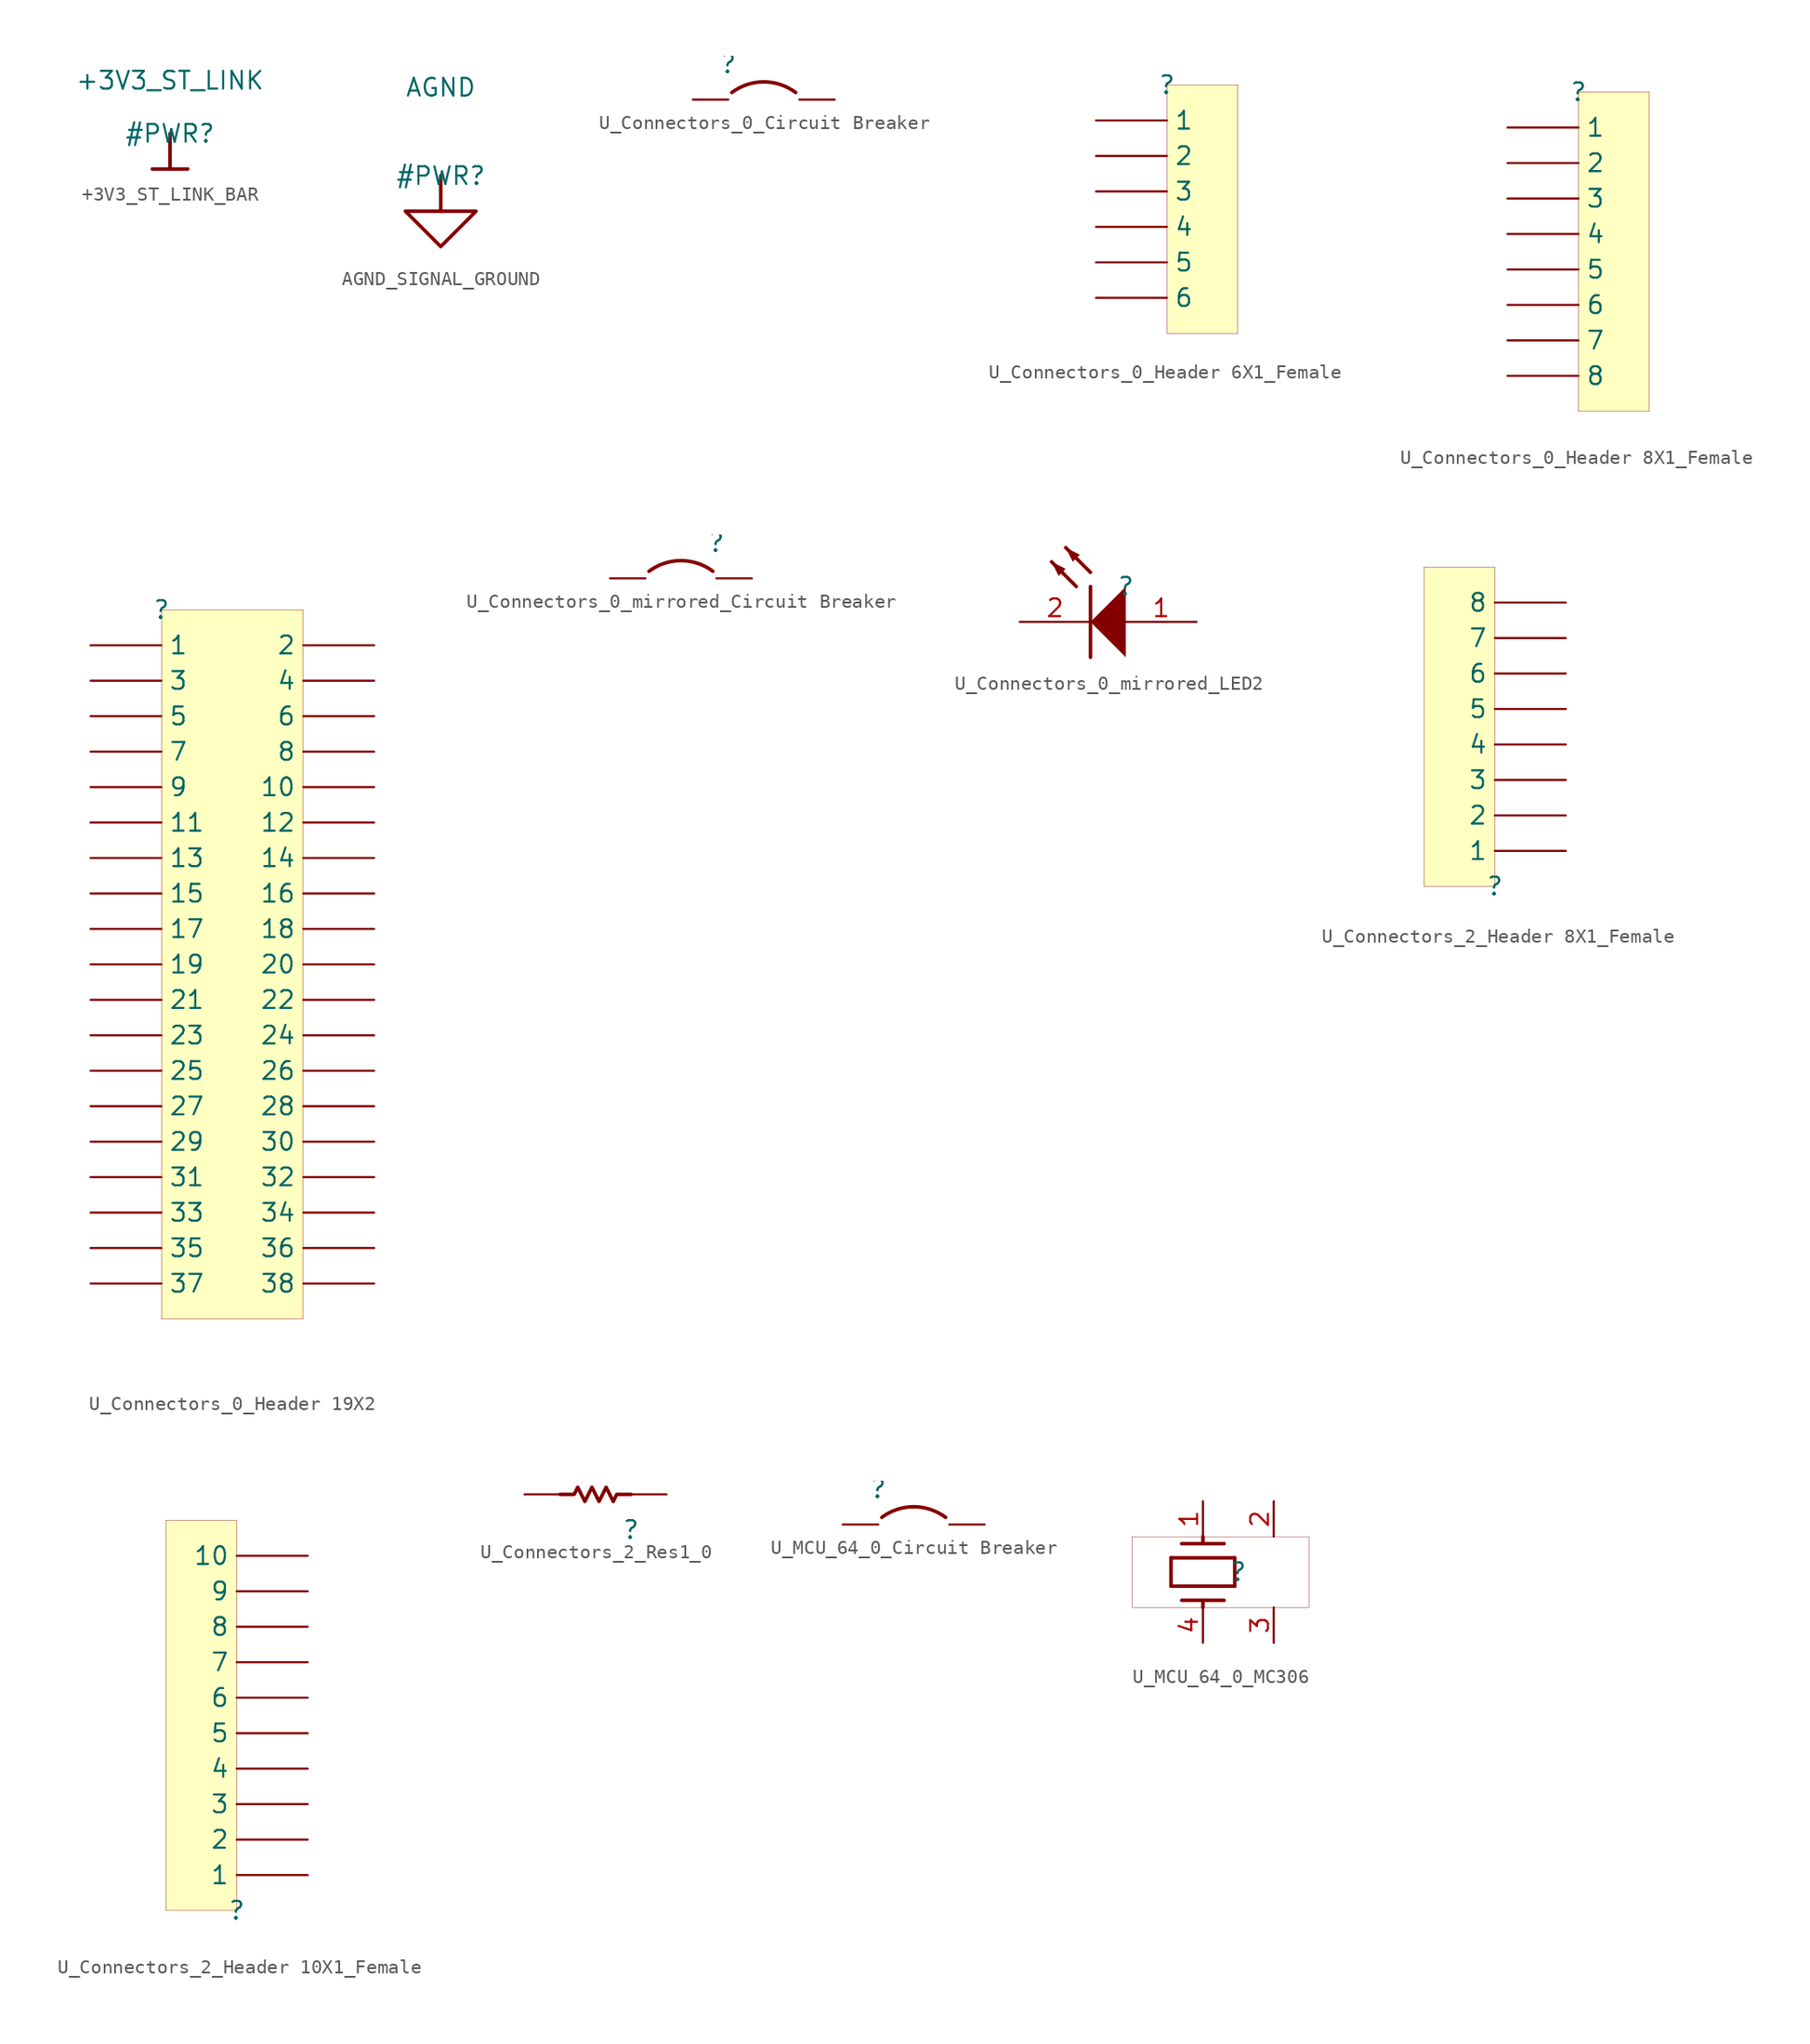
<source format=kicad_sym>
(kicad_symbol_lib
  (version 20231120)
  (generator "kicad_symbol_editor")
  (generator_version "8.0")
  (symbol "+3V3_ST_LINK_BAR"
    (power)
    (property "Reference" "#PWR"
      (at 0 0 0)
      (effects (font (size 1.27 1.27))))
    (property "Value" "+3V3_ST_LINK"
      (at 0 3.81 0)
      (effects (font (size 1.27 1.27))))
    (symbol "+3V3_ST_LINK_BAR_0_0"
      (polyline (pts (xy -1.27 -2.54) (xy 1.27 -2.54)) (stroke (width 0.254) (type solid)) (fill (type none)))
      (polyline (pts (xy 0 0) (xy 0 -2.54)) (stroke (width 0.254) (type solid)) (fill (type none)))
      (pin power_in line (at 0 0 0) (length 0) hide (name "+3V3_ST_LINK" (effects (font (size 1.27 1.27)))) (number "" (effects (font (size 1.27 1.27)))))))
  (symbol "AGND_SIGNAL_GROUND"
    (power)
    (property "Reference" "#PWR"
      (at 0 0 0)
      (effects (font (size 1.27 1.27))))
    (property "Value" "AGND"
      (at 0 6.35 0)
      (effects (font (size 1.27 1.27))))
    (symbol "AGND_SIGNAL_GROUND_0_0"
      (polyline (pts (xy 0 0) (xy 0 -2.54)) (stroke (width 0.254) (type solid)) (fill (type none)))
      (polyline (pts (xy -2.54 -2.54) (xy 2.54 -2.54) (xy 0 -5.08) (xy -2.54 -2.54)) (stroke (width 0.254) (type solid)) (fill (type none)))
      (pin power_in line (at 0 0 0) (length 0) hide (name "AGND" (effects (font (size 1.27 1.27)))) (number "" (effects (font (size 1.27 1.27)))))))
  (symbol "U_Connectors_0_Circuit Breaker"
    (property "Reference" ""
      (at 0 0 0)
      (effects (font (size 1.27 1.27))))
    (property "Value" ""
      (at 0 0 0)
      (effects (font (size 1.27 1.27))))
    (symbol "U_Connectors_0_Circuit Breaker_1_0"
      (arc (start 2.54 -1.27) (mid 1.3352 -1.4655) (end 0.254 -2.032) (stroke (width 0.254) (type solid)) (fill (type none)))
      (arc (start 4.826 -2.032) (mid 3.7448 -1.4655) (end 2.54 -1.27) (stroke (width 0.254) (type solid)) (fill (type none)))
      (pin passive line (at -2.54 -2.54 0) (length 2.54) (name "1" (effects (font (size 0 0)))) (number "1" (effects (font (size 0 0)))))
      (pin passive line (at 7.62 -2.54 180) (length 2.54) (name "2" (effects (font (size 0 0)))) (number "2" (effects (font (size 0 0)))))))
  (symbol "U_Connectors_0_Header 6X1_Female"
    (property "Reference" ""
      (at 0 0 0)
      (effects (font (size 1.27 1.27))))
    (property "Value" ""
      (at 0 0 0)
      (effects (font (size 1.27 1.27))))
    (symbol "U_Connectors_0_Header 6X1_Female_1_0"
      (rectangle (start 5.08 0) (end 0 -17.78) (stroke (width 0.025) (type solid) (color 128 0 0 1)) (fill (type background)))
      (pin passive line (at -5.08 -2.54 0) (length 5.08) (name "1" (effects (font (size 1.27 1.27)))) (number "1" (effects (font (size 0 0)))))
      (pin passive line (at -5.08 -5.08 0) (length 5.08) (name "2" (effects (font (size 1.27 1.27)))) (number "2" (effects (font (size 0 0)))))
      (pin passive line (at -5.08 -7.62 0) (length 5.08) (name "3" (effects (font (size 1.27 1.27)))) (number "3" (effects (font (size 0 0)))))
      (pin passive line (at -5.08 -10.16 0) (length 5.08) (name "4" (effects (font (size 1.27 1.27)))) (number "4" (effects (font (size 0 0)))))
      (pin passive line (at -5.08 -12.7 0) (length 5.08) (name "5" (effects (font (size 1.27 1.27)))) (number "5" (effects (font (size 0 0)))))
      (pin passive line (at -5.08 -15.24 0) (length 5.08) (name "6" (effects (font (size 1.27 1.27)))) (number "6" (effects (font (size 0 0)))))))
  (symbol "U_Connectors_0_Header 8X1_Female"
    (property "Reference" ""
      (at 0 0 0)
      (effects (font (size 1.27 1.27))))
    (property "Value" ""
      (at 0 0 0)
      (effects (font (size 1.27 1.27))))
    (symbol "U_Connectors_0_Header 8X1_Female_1_0"
      (rectangle (start 5.08 0) (end 0 -22.86) (stroke (width 0.025) (type solid) (color 128 0 0 1)) (fill (type background)))
      (pin passive line (at -5.08 -2.54 0) (length 5.08) (name "1" (effects (font (size 1.27 1.27)))) (number "1" (effects (font (size 0 0)))))
      (pin passive line (at -5.08 -5.08 0) (length 5.08) (name "2" (effects (font (size 1.27 1.27)))) (number "2" (effects (font (size 0 0)))))
      (pin passive line (at -5.08 -7.62 0) (length 5.08) (name "3" (effects (font (size 1.27 1.27)))) (number "3" (effects (font (size 0 0)))))
      (pin passive line (at -5.08 -10.16 0) (length 5.08) (name "4" (effects (font (size 1.27 1.27)))) (number "4" (effects (font (size 0 0)))))
      (pin passive line (at -5.08 -12.7 0) (length 5.08) (name "5" (effects (font (size 1.27 1.27)))) (number "5" (effects (font (size 0 0)))))
      (pin passive line (at -5.08 -15.24 0) (length 5.08) (name "6" (effects (font (size 1.27 1.27)))) (number "6" (effects (font (size 0 0)))))
      (pin passive line (at -5.08 -17.78 0) (length 5.08) (name "7" (effects (font (size 1.27 1.27)))) (number "7" (effects (font (size 0 0)))))
      (pin passive line (at -5.08 -20.32 0) (length 5.08) (name "8" (effects (font (size 1.27 1.27)))) (number "8" (effects (font (size 0 0)))))))
  (symbol "U_Connectors_0_Header 19X2"
    (property "Reference" ""
      (at 0 0 0)
      (effects (font (size 1.27 1.27))))
    (property "Value" ""
      (at 0 0 0)
      (effects (font (size 1.27 1.27))))
    (symbol "U_Connectors_0_Header 19X2_1_0"
      (rectangle (start 10.16 0) (end 0 -50.8) (stroke (width 0.025) (type solid) (color 128 0 0 1)) (fill (type background)))
      (pin passive line (at -5.08 -2.54 0) (length 5.08) (name "1" (effects (font (size 1.27 1.27)))) (number "1" (effects (font (size 0 0)))))
      (pin passive line (at 15.24 -12.7 180) (length 5.08) (name "10" (effects (font (size 1.27 1.27)))) (number "10" (effects (font (size 0 0)))))
      (pin passive line (at -5.08 -15.24 0) (length 5.08) (name "11" (effects (font (size 1.27 1.27)))) (number "11" (effects (font (size 0 0)))))
      (pin passive line (at 15.24 -15.24 180) (length 5.08) (name "12" (effects (font (size 1.27 1.27)))) (number "12" (effects (font (size 0 0)))))
      (pin passive line (at -5.08 -17.78 0) (length 5.08) (name "13" (effects (font (size 1.27 1.27)))) (number "13" (effects (font (size 0 0)))))
      (pin passive line (at 15.24 -17.78 180) (length 5.08) (name "14" (effects (font (size 1.27 1.27)))) (number "14" (effects (font (size 0 0)))))
      (pin passive line (at -5.08 -20.32 0) (length 5.08) (name "15" (effects (font (size 1.27 1.27)))) (number "15" (effects (font (size 0 0)))))
      (pin passive line (at 15.24 -20.32 180) (length 5.08) (name "16" (effects (font (size 1.27 1.27)))) (number "16" (effects (font (size 0 0)))))
      (pin passive line (at -5.08 -22.86 0) (length 5.08) (name "17" (effects (font (size 1.27 1.27)))) (number "17" (effects (font (size 0 0)))))
      (pin passive line (at 15.24 -22.86 180) (length 5.08) (name "18" (effects (font (size 1.27 1.27)))) (number "18" (effects (font (size 0 0)))))
      (pin passive line (at -5.08 -25.4 0) (length 5.08) (name "19" (effects (font (size 1.27 1.27)))) (number "19" (effects (font (size 0 0)))))
      (pin passive line (at 15.24 -2.54 180) (length 5.08) (name "2" (effects (font (size 1.27 1.27)))) (number "2" (effects (font (size 0 0)))))
      (pin passive line (at 15.24 -25.4 180) (length 5.08) (name "20" (effects (font (size 1.27 1.27)))) (number "20" (effects (font (size 0 0)))))
      (pin passive line (at -5.08 -27.94 0) (length 5.08) (name "21" (effects (font (size 1.27 1.27)))) (number "21" (effects (font (size 0 0)))))
      (pin passive line (at 15.24 -27.94 180) (length 5.08) (name "22" (effects (font (size 1.27 1.27)))) (number "22" (effects (font (size 0 0)))))
      (pin passive line (at -5.08 -30.48 0) (length 5.08) (name "23" (effects (font (size 1.27 1.27)))) (number "23" (effects (font (size 0 0)))))
      (pin passive line (at 15.24 -30.48 180) (length 5.08) (name "24" (effects (font (size 1.27 1.27)))) (number "24" (effects (font (size 0 0)))))
      (pin passive line (at -5.08 -33.02 0) (length 5.08) (name "25" (effects (font (size 1.27 1.27)))) (number "25" (effects (font (size 0 0)))))
      (pin passive line (at 15.24 -33.02 180) (length 5.08) (name "26" (effects (font (size 1.27 1.27)))) (number "26" (effects (font (size 0 0)))))
      (pin passive line (at -5.08 -35.56 0) (length 5.08) (name "27" (effects (font (size 1.27 1.27)))) (number "27" (effects (font (size 0 0)))))
      (pin passive line (at 15.24 -35.56 180) (length 5.08) (name "28" (effects (font (size 1.27 1.27)))) (number "28" (effects (font (size 0 0)))))
      (pin passive line (at -5.08 -38.1 0) (length 5.08) (name "29" (effects (font (size 1.27 1.27)))) (number "29" (effects (font (size 0 0)))))
      (pin passive line (at -5.08 -5.08 0) (length 5.08) (name "3" (effects (font (size 1.27 1.27)))) (number "3" (effects (font (size 0 0)))))
      (pin passive line (at 15.24 -38.1 180) (length 5.08) (name "30" (effects (font (size 1.27 1.27)))) (number "30" (effects (font (size 0 0)))))
      (pin passive line (at -5.08 -40.64 0) (length 5.08) (name "31" (effects (font (size 1.27 1.27)))) (number "31" (effects (font (size 0 0)))))
      (pin passive line (at 15.24 -40.64 180) (length 5.08) (name "32" (effects (font (size 1.27 1.27)))) (number "32" (effects (font (size 0 0)))))
      (pin passive line (at -5.08 -43.18 0) (length 5.08) (name "33" (effects (font (size 1.27 1.27)))) (number "33" (effects (font (size 0 0)))))
      (pin passive line (at 15.24 -43.18 180) (length 5.08) (name "34" (effects (font (size 1.27 1.27)))) (number "34" (effects (font (size 0 0)))))
      (pin passive line (at -5.08 -45.72 0) (length 5.08) (name "35" (effects (font (size 1.27 1.27)))) (number "35" (effects (font (size 0 0)))))
      (pin passive line (at 15.24 -45.72 180) (length 5.08) (name "36" (effects (font (size 1.27 1.27)))) (number "36" (effects (font (size 0 0)))))
      (pin passive line (at -5.08 -48.26 0) (length 5.08) (name "37" (effects (font (size 1.27 1.27)))) (number "37" (effects (font (size 0 0)))))
      (pin passive line (at 15.24 -48.26 180) (length 5.08) (name "38" (effects (font (size 1.27 1.27)))) (number "38" (effects (font (size 0 0)))))
      (pin passive line (at 15.24 -5.08 180) (length 5.08) (name "4" (effects (font (size 1.27 1.27)))) (number "4" (effects (font (size 0 0)))))
      (pin passive line (at -5.08 -7.62 0) (length 5.08) (name "5" (effects (font (size 1.27 1.27)))) (number "5" (effects (font (size 0 0)))))
      (pin passive line (at 15.24 -7.62 180) (length 5.08) (name "6" (effects (font (size 1.27 1.27)))) (number "6" (effects (font (size 0 0)))))
      (pin passive line (at -5.08 -10.16 0) (length 5.08) (name "7" (effects (font (size 1.27 1.27)))) (number "7" (effects (font (size 0 0)))))
      (pin passive line (at 15.24 -10.16 180) (length 5.08) (name "8" (effects (font (size 1.27 1.27)))) (number "8" (effects (font (size 0 0)))))
      (pin passive line (at -5.08 -12.7 0) (length 5.08) (name "9" (effects (font (size 1.27 1.27)))) (number "9" (effects (font (size 0 0)))))))
  (symbol "U_Connectors_0_mirrored_Circuit Breaker"
    (property "Reference" ""
      (at 0 0 0)
      (effects (font (size 1.27 1.27))))
    (property "Value" ""
      (at 0 0 0)
      (effects (font (size 1.27 1.27))))
    (symbol "U_Connectors_0_mirrored_Circuit Breaker_1_0"
      (arc (start -2.54 -1.27) (mid -3.7448 -1.4655) (end -4.826 -2.032) (stroke (width 0.254) (type solid)) (fill (type none)))
      (arc (start -0.254 -2.032) (mid -1.3352 -1.4655) (end -2.54 -1.27) (stroke (width 0.254) (type solid)) (fill (type none)))
      (pin passive line (at 2.54 -2.54 180) (length 2.54) (name "1" (effects (font (size 0 0)))) (number "1" (effects (font (size 0 0)))))
      (pin passive line (at -7.62 -2.54 0) (length 2.54) (name "2" (effects (font (size 0 0)))) (number "2" (effects (font (size 0 0)))))))
  (symbol "U_Connectors_0_mirrored_LED2"
    (property "Reference" ""
      (at 0 0 0)
      (effects (font (size 1.27 1.27))))
    (property "Value" ""
      (at 0 0 0)
      (effects (font (size 1.27 1.27))))
    (symbol "U_Connectors_0_mirrored_LED2_1_0"
      (polyline (pts (xy -3.556 0) (xy -5.334 1.778)) (stroke (width 0.254) (type solid)) (fill (type none)))
      (polyline (pts (xy -2.54 0) (xy -2.54 -5.08)) (stroke (width 0.254) (type solid)) (fill (type none)))
      (polyline (pts (xy -2.54 1.016) (xy -4.318 2.794)) (stroke (width 0.254) (type solid)) (fill (type none)))
      (polyline (pts (xy -5.334 1.778) (xy -4.318 1.27) (xy -4.826 0.762) (xy -5.334 1.778)) (stroke (width -0.0001) (type solid)) (fill (type outline)))
      (polyline (pts (xy -4.318 2.794) (xy -3.302 2.286) (xy -3.81 1.778) (xy -4.318 2.794)) (stroke (width -0.0001) (type solid)) (fill (type outline)))
      (polyline (pts (xy 0 -5.08) (xy -2.54 -2.54) (xy 0 0) (xy 0 -5.08)) (stroke (width -0.0001) (type solid)) (fill (type outline)))
      (pin passive line (at 5.08 -2.54 180) (length 5.08) (name "A" (effects (font (size 0 0)))) (number "1" (effects (font (size 1.27 1.27)))))
      (pin passive line (at -7.62 -2.54 0) (length 5.08) (name "K" (effects (font (size 0 0)))) (number "2" (effects (font (size 1.27 1.27)))))))
  (symbol "U_Connectors_2_Header 8X1_Female"
    (property "Reference" ""
      (at 0 0 0)
      (effects (font (size 1.27 1.27))))
    (property "Value" ""
      (at 0 0 0)
      (effects (font (size 1.27 1.27))))
    (symbol "U_Connectors_2_Header 8X1_Female_1_0"
      (rectangle (start 0 22.86) (end -5.08 0) (stroke (width 0.025) (type solid) (color 128 0 0 1)) (fill (type background)))
      (pin passive line (at 5.08 2.54 180) (length 5.08) (name "1" (effects (font (size 1.27 1.27)))) (number "1" (effects (font (size 0 0)))))
      (pin passive line (at 5.08 5.08 180) (length 5.08) (name "2" (effects (font (size 1.27 1.27)))) (number "2" (effects (font (size 0 0)))))
      (pin passive line (at 5.08 7.62 180) (length 5.08) (name "3" (effects (font (size 1.27 1.27)))) (number "3" (effects (font (size 0 0)))))
      (pin passive line (at 5.08 10.16 180) (length 5.08) (name "4" (effects (font (size 1.27 1.27)))) (number "4" (effects (font (size 0 0)))))
      (pin passive line (at 5.08 12.7 180) (length 5.08) (name "5" (effects (font (size 1.27 1.27)))) (number "5" (effects (font (size 0 0)))))
      (pin passive line (at 5.08 15.24 180) (length 5.08) (name "6" (effects (font (size 1.27 1.27)))) (number "6" (effects (font (size 0 0)))))
      (pin passive line (at 5.08 17.78 180) (length 5.08) (name "7" (effects (font (size 1.27 1.27)))) (number "7" (effects (font (size 0 0)))))
      (pin passive line (at 5.08 20.32 180) (length 5.08) (name "8" (effects (font (size 1.27 1.27)))) (number "8" (effects (font (size 0 0)))))))
  (symbol "U_Connectors_2_Header 10X1_Female"
    (property "Reference" ""
      (at 0 0 0)
      (effects (font (size 1.27 1.27))))
    (property "Value" ""
      (at 0 0 0)
      (effects (font (size 1.27 1.27))))
    (symbol "U_Connectors_2_Header 10X1_Female_1_0"
      (rectangle (start 0 27.94) (end -5.08 0) (stroke (width 0.025) (type solid) (color 128 0 0 1)) (fill (type background)))
      (pin passive line (at 5.08 2.54 180) (length 5.08) (name "1" (effects (font (size 1.27 1.27)))) (number "1" (effects (font (size 0 0)))))
      (pin passive line (at 5.08 25.4 180) (length 5.08) (name "10" (effects (font (size 1.27 1.27)))) (number "10" (effects (font (size 0 0)))))
      (pin passive line (at 5.08 5.08 180) (length 5.08) (name "2" (effects (font (size 1.27 1.27)))) (number "2" (effects (font (size 0 0)))))
      (pin passive line (at 5.08 7.62 180) (length 5.08) (name "3" (effects (font (size 1.27 1.27)))) (number "3" (effects (font (size 0 0)))))
      (pin passive line (at 5.08 10.16 180) (length 5.08) (name "4" (effects (font (size 1.27 1.27)))) (number "4" (effects (font (size 0 0)))))
      (pin passive line (at 5.08 12.7 180) (length 5.08) (name "5" (effects (font (size 1.27 1.27)))) (number "5" (effects (font (size 0 0)))))
      (pin passive line (at 5.08 15.24 180) (length 5.08) (name "6" (effects (font (size 1.27 1.27)))) (number "6" (effects (font (size 0 0)))))
      (pin passive line (at 5.08 17.78 180) (length 5.08) (name "7" (effects (font (size 1.27 1.27)))) (number "7" (effects (font (size 0 0)))))
      (pin passive line (at 5.08 20.32 180) (length 5.08) (name "8" (effects (font (size 1.27 1.27)))) (number "8" (effects (font (size 0 0)))))
      (pin passive line (at 5.08 22.86 180) (length 5.08) (name "9" (effects (font (size 1.27 1.27)))) (number "9" (effects (font (size 0 0)))))))
  (symbol "U_Connectors_2_Res1_0"
    (property "Reference" ""
      (at 0 0 0)
      (effects (font (size 1.27 1.27))))
    (property "Value" ""
      (at 0 0 0)
      (effects (font (size 1.27 1.27))))
    (symbol "U_Connectors_2_Res1_0_1_0"
      (polyline (pts (xy -5.08 2.54) (xy -4.064 2.54) (xy -3.81 3.048) (xy -3.302 2.032) (xy -2.794 3.048) (xy -2.286 2.032) (xy -1.778 3.048) (xy -1.27 2.032) (xy -1.016 2.54) (xy 0 2.54)) (stroke (width 0.254) (type solid)) (fill (type none)))
      (pin passive line (at 2.54 2.54 180) (length 2.54) (name "1" (effects (font (size 0 0)))) (number "1" (effects (font (size 0 0)))))
      (pin passive line (at -7.62 2.54 0) (length 2.54) (name "2" (effects (font (size 0 0)))) (number "2" (effects (font (size 0 0)))))))
  (symbol "U_MCU_64_0_Circuit Breaker"
    (property "Reference" ""
      (at 0 0 0)
      (effects (font (size 1.27 1.27))))
    (property "Value" ""
      (at 0 0 0)
      (effects (font (size 1.27 1.27))))
    (symbol "U_MCU_64_0_Circuit Breaker_1_0"
      (arc (start 2.54 -1.27) (mid 1.3352 -1.4655) (end 0.254 -2.032) (stroke (width 0.254) (type solid)) (fill (type none)))
      (arc (start 4.826 -2.032) (mid 3.7448 -1.4655) (end 2.54 -1.27) (stroke (width 0.254) (type solid)) (fill (type none)))
      (pin passive line (at -2.54 -2.54 0) (length 2.54) (name "1" (effects (font (size 0 0)))) (number "1" (effects (font (size 0 0)))))
      (pin passive line (at 7.62 -2.54 180) (length 2.54) (name "2" (effects (font (size 0 0)))) (number "2" (effects (font (size 0 0)))))))
  (symbol "U_MCU_64_0_MC306"
    (property "Reference" ""
      (at 0 0 0)
      (effects (font (size 1.27 1.27))))
    (property "Value" ""
      (at 0 0 0)
      (effects (font (size 1.27 1.27))))
    (symbol "U_MCU_64_0_MC306_1_0"
      (polyline (pts (xy -4.826 -1.016) (xy -4.826 1.016)) (stroke (width 0.254) (type solid)) (fill (type none)))
      (polyline (pts (xy -4.826 -1.016) (xy -0.254 -1.016)) (stroke (width 0.254) (type solid)) (fill (type none)))
      (polyline (pts (xy -4.826 1.016) (xy -0.254 1.016)) (stroke (width 0.254) (type solid)) (fill (type none)))
      (polyline (pts (xy -4.064 -2.032) (xy -1.016 -2.032)) (stroke (width 0.254) (type solid)) (fill (type none)))
      (polyline (pts (xy -4.064 2.032) (xy -1.016 2.032)) (stroke (width 0.254) (type solid)) (fill (type none)))
      (polyline (pts (xy -2.54 -2.54) (xy -2.54 -2.032)) (stroke (width 0.254) (type solid)) (fill (type none)))
      (polyline (pts (xy -2.54 2.032) (xy -2.54 2.54)) (stroke (width 0.254) (type solid)) (fill (type none)))
      (polyline (pts (xy -0.254 -1.016) (xy -0.254 1.016)) (stroke (width 0.254) (type solid)) (fill (type none)))
      (rectangle (start 5.08 2.54) (end -7.62 -2.54) (stroke (width 0.025) (type solid) (color 128 0 0 1)) (fill (type none)))
      (pin passive line (at -2.54 5.08 270) (length 2.54) (name "1" (effects (font (size 0 0)))) (number "1" (effects (font (size 1.27 1.27)))))
      (pin passive line (at 2.54 5.08 270) (length 2.54) (name "2" (effects (font (size 0 0)))) (number "2" (effects (font (size 1.27 1.27)))))
      (pin passive line (at 2.54 -5.08 90) (length 2.54) (name "3" (effects (font (size 0 0)))) (number "3" (effects (font (size 1.27 1.27)))))
      (pin passive line (at -2.54 -5.08 90) (length 2.54) (name "4" (effects (font (size 0 0)))) (number "4" (effects (font (size 1.27 1.27))))))))
</source>
